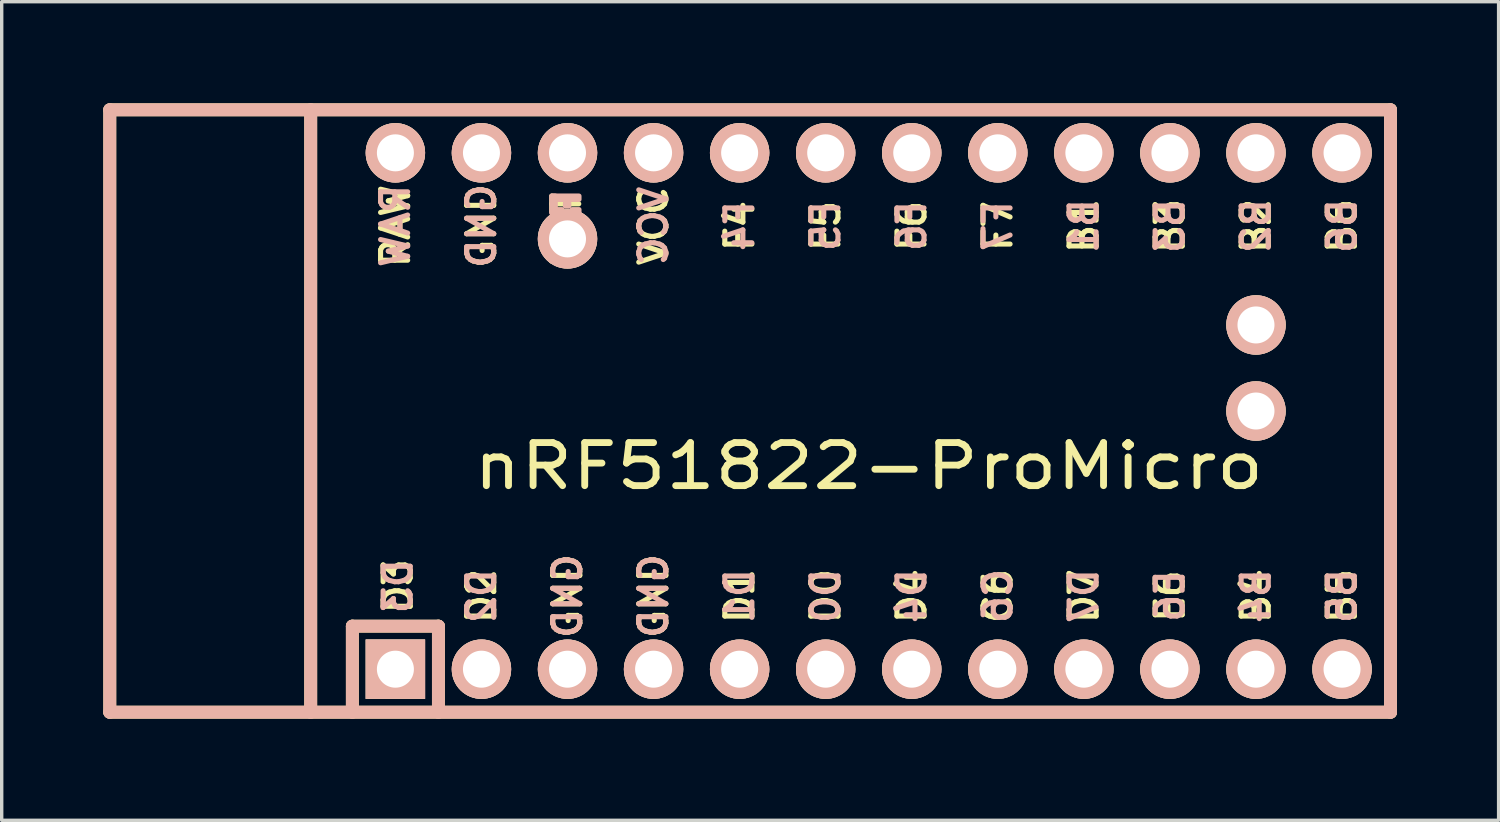
<source format=kicad_pcb>
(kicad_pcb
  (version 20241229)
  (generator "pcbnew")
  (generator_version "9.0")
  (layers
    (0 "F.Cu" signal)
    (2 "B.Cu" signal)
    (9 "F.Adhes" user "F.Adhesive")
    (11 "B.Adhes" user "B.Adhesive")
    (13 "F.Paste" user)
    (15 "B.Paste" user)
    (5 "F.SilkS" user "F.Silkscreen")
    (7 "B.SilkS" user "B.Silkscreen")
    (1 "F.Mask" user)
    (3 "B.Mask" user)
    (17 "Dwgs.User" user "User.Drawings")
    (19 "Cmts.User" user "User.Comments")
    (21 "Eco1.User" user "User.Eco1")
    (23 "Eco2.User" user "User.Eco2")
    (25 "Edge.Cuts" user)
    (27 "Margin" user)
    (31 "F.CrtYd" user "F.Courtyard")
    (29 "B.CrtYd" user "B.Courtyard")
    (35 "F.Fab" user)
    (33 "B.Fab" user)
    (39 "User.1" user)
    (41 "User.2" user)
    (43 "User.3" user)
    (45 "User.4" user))
  (footprint "nRF51822-ProMicro"
    (layer "F.Cu")
    (at 22.59 9.081)
    (property "Reference" "nRF51822-ProMicro" (at 0 1.625 0) (layer "F.SilkS") (effects (font (size 1.27 1.524) (thickness 0.203))))
    (attr through_hole)
    (fp_line (start -22.4 -8.89) (end -22.4 8.89) (stroke (width 0.381) (type solid)) (layer "F.SilkS"))
    (fp_line (start -22.4 8.89) (end 15.4 8.89) (stroke (width 0.381) (type solid)) (layer "F.SilkS"))
    (fp_line (start -16.47 -8.89) (end -16.47 8.89) (stroke (width 0.381) (type solid)) (layer "F.SilkS"))
    (fp_line (start -15.24 6.35) (end -15.24 8.89) (stroke (width 0.381) (type solid)) (layer "F.SilkS"))
    (fp_line (start -15.24 6.35) (end -12.7 6.35) (stroke (width 0.381) (type solid)) (layer "F.SilkS"))
    (fp_line (start -12.7 6.35) (end -12.7 8.89) (stroke (width 0.381) (type solid)) (layer "F.SilkS"))
    (fp_line (start 15.4 -8.89) (end -22.4 -8.89) (stroke (width 0.381) (type solid)) (layer "F.SilkS"))
    (fp_line (start 15.4 8.89) (end 15.4 -8.89) (stroke (width 0.381) (type solid)) (layer "F.SilkS"))
    (fp_poly (pts (xy -9.361 -4.932) (xy -9.261 -4.932) (xy -9.261 -4.432) (xy -9.361 -4.432)) (stroke (width 0.15) (type solid)) (fill yes) (layer "F.SilkS"))
    (fp_poly (pts (xy -9.361 -4.932) (xy -9.061 -4.932) (xy -9.061 -4.832) (xy -9.361 -4.832)) (stroke (width 0.15) (type solid)) (fill yes) (layer "F.SilkS"))
    (fp_poly (pts (xy -9.361 -4.532) (xy -8.561 -4.532) (xy -8.561 -4.432) (xy -9.361 -4.432)) (stroke (width 0.15) (type solid)) (fill yes) (layer "F.SilkS"))
    (fp_poly (pts (xy -8.961 -4.732) (xy -8.861 -4.732) (xy -8.861 -4.632) (xy -8.961 -4.632)) (stroke (width 0.15) (type solid)) (fill yes) (layer "F.SilkS"))
    (fp_poly (pts (xy -8.761 -4.932) (xy -8.561 -4.932) (xy -8.561 -4.832) (xy -8.761 -4.832)) (stroke (width 0.15) (type solid)) (fill yes) (layer "F.SilkS"))
    (fp_line (start -22.4 -8.89) (end -22.4 8.89) (stroke (width 0.381) (type solid)) (layer "B.SilkS"))
    (fp_line (start -22.4 8.89) (end 15.4 8.89) (stroke (width 0.381) (type solid)) (layer "B.SilkS"))
    (fp_line (start -16.47 -8.89) (end -16.47 8.89) (stroke (width 0.381) (type solid)) (layer "B.SilkS"))
    (fp_line (start -15.24 6.35) (end -15.24 8.89) (stroke (width 0.381) (type solid)) (layer "B.SilkS"))
    (fp_line (start -15.24 6.35) (end -12.7 6.35) (stroke (width 0.381) (type solid)) (layer "B.SilkS"))
    (fp_line (start -12.7 6.35) (end -12.7 8.89) (stroke (width 0.381) (type solid)) (layer "B.SilkS"))
    (fp_line (start 15.4 -8.89) (end -22.4 -8.89) (stroke (width 0.381) (type solid)) (layer "B.SilkS"))
    (fp_line (start 15.4 8.89) (end 15.4 -8.89) (stroke (width 0.381) (type solid)) (layer "B.SilkS"))
    (fp_poly (pts (xy -9.351 -6.245) (xy -8.551 -6.245) (xy -8.551 -6.345) (xy -9.351 -6.345)) (stroke (width 0.15) (type solid)) (fill yes) (layer "B.SilkS"))
    (fp_poly (pts (xy -9.351 -5.845) (xy -9.251 -5.845) (xy -9.251 -6.345) (xy -9.351 -6.345)) (stroke (width 0.15) (type solid)) (fill yes) (layer "B.SilkS"))
    (fp_poly (pts (xy -9.351 -5.845) (xy -9.051 -5.845) (xy -9.051 -5.945) (xy -9.351 -5.945)) (stroke (width 0.15) (type solid)) (fill yes) (layer "B.SilkS"))
    (fp_poly (pts (xy -8.951 -6.045) (xy -8.851 -6.045) (xy -8.851 -6.145) (xy -8.951 -6.145)) (stroke (width 0.15) (type solid)) (fill yes) (layer "B.SilkS"))
    (fp_poly (pts (xy -8.751 -5.845) (xy -8.551 -5.845) (xy -8.551 -5.945) (xy -8.751 -5.945)) (stroke (width 0.15) (type solid)) (fill yes) (layer "B.SilkS"))
    (fp_text user "ST" (at -8.92 -5.733 90) (layer "F.SilkS") (effects (font (size 0.8 0.8) (thickness 0.15))))
    (fp_text user "B3" (at 8.89 -5.461 90) (layer "F.SilkS") (effects (font (size 0.8 0.8) (thickness 0.15))))
    (fp_text user "B2" (at 11.43 -5.461 90) (layer "F.SilkS") (effects (font (size 0.8 0.8) (thickness 0.15))))
    (fp_text user "F6" (at 1.27 -5.461 90) (layer "F.SilkS") (effects (font (size 0.8 0.8) (thickness 0.15))))
    (fp_text user "GND" (at -6.35 5.461 90) (layer "F.SilkS") (effects (font (size 0.8 0.8) (thickness 0.15))))
    (fp_text user "RAW" (at -13.97 -5.461 90) (layer "F.SilkS") (effects (font (size 0.8 0.8) (thickness 0.15))))
    (fp_text user "D3" (at -13.895 5.172 90) (layer "F.SilkS") (effects (font (size 0.8 0.8) (thickness 0.15))))
    (fp_text user "D4" (at 1.27 5.461 90) (layer "F.SilkS") (effects (font (size 0.8 0.8) (thickness 0.15))))
    (fp_text user "B1" (at 6.35 -5.461 90) (layer "F.SilkS") (effects (font (size 0.8 0.8) (thickness 0.15))))
    (fp_text user "D1" (at -3.81 5.461 90) (layer "F.SilkS") (effects (font (size 0.8 0.8) (thickness 0.15))))
    (fp_text user "D0" (at -1.27 5.461 90) (layer "F.SilkS") (effects (font (size 0.8 0.8) (thickness 0.15))))
    (fp_text user "F4" (at -3.81 -5.461 90) (layer "F.SilkS") (effects (font (size 0.8 0.8) (thickness 0.15))))
    (fp_text user "B4" (at 11.43 5.461 90) (layer "F.SilkS") (effects (font (size 0.8 0.8) (thickness 0.15))))
    (fp_text user "B5" (at 13.97 5.461 90) (layer "F.SilkS") (effects (font (size 0.8 0.8) (thickness 0.15))))
    (fp_text user "VCC" (at -6.35 -5.461 90) (layer "F.SilkS") (effects (font (size 0.8 0.8) (thickness 0.15))))
    (fp_text user "E6" (at 8.89 5.461 90) (layer "F.SilkS") (effects (font (size 0.8 0.8) (thickness 0.15))))
    (fp_text user "F5" (at -1.27 -5.461 90) (layer "F.SilkS") (effects (font (size 0.8 0.8) (thickness 0.15))))
    (fp_text user "GND" (at -11.43 -5.461 90) (layer "F.SilkS") (effects (font (size 0.8 0.8) (thickness 0.15))))
    (fp_text user "C6" (at 3.81 5.461 90) (layer "F.SilkS") (effects (font (size 0.8 0.8) (thickness 0.15))))
    (fp_text user "D7" (at 6.35 5.461 90) (layer "F.SilkS") (effects (font (size 0.8 0.8) (thickness 0.15))))
    (fp_text user "D2" (at -11.43 5.461 90) (layer "F.SilkS") (effects (font (size 0.8 0.8) (thickness 0.15))))
    (fp_text user "B6" (at 13.97 -5.461 90) (layer "F.SilkS") (effects (font (size 0.8 0.8) (thickness 0.15))))
    (fp_text user "GND" (at -8.89 5.461 90) (layer "F.SilkS") (effects (font (size 0.8 0.8) (thickness 0.15))))
    (fp_text user "F7" (at 3.81 -5.461 90) (layer "F.SilkS") (effects (font (size 0.8 0.8) (thickness 0.15))))
    (fp_text user "B3" (at 8.89 -5.461 90) (layer "B.SilkS") (effects (font (size 0.8 0.8) (thickness 0.15)) (justify mirror)))
    (fp_text user "C6" (at 3.81 5.461 90) (layer "B.SilkS") (effects (font (size 0.8 0.8) (thickness 0.15)) (justify mirror)))
    (fp_text user "D1" (at -3.81 5.461 90) (layer "B.SilkS") (effects (font (size 0.8 0.8) (thickness 0.15)) (justify mirror)))
    (fp_text user "F7" (at 3.81 -5.461 90) (layer "B.SilkS") (effects (font (size 0.8 0.8) (thickness 0.15)) (justify mirror)))
    (fp_text user "F5" (at -1.27 -5.461 90) (layer "B.SilkS") (effects (font (size 0.8 0.8) (thickness 0.15)) (justify mirror)))
    (fp_text user "B2" (at 11.43 -5.461 90) (layer "B.SilkS") (effects (font (size 0.8 0.8) (thickness 0.15)) (justify mirror)))
    (fp_text user "VCC" (at -6.35 -5.461 90) (layer "B.SilkS") (effects (font (size 0.8 0.8) (thickness 0.15)) (justify mirror)))
    (fp_text user "GND" (at -11.43 -5.461 90) (layer "B.SilkS") (effects (font (size 0.8 0.8) (thickness 0.15)) (justify mirror)))
    (fp_text user "GND" (at -6.35 5.461 90) (layer "B.SilkS") (effects (font (size 0.8 0.8) (thickness 0.15)) (justify mirror)))
    (fp_text user "F6" (at 1.27 -5.461 90) (layer "B.SilkS") (effects (font (size 0.8 0.8) (thickness 0.15)) (justify mirror)))
    (fp_text user "ST" (at -8.91 -5.04 90) (layer "B.SilkS") (effects (font (size 0.8 0.8) (thickness 0.15)) (justify mirror)))
    (fp_text user "D7" (at 6.35 5.461 90) (layer "B.SilkS") (effects (font (size 0.8 0.8) (thickness 0.15)) (justify mirror)))
    (fp_text user "B1" (at 6.35 -5.461 90) (layer "B.SilkS") (effects (font (size 0.8 0.8) (thickness 0.15)) (justify mirror)))
    (fp_text user "D4" (at 1.27 5.461 90) (layer "B.SilkS") (effects (font (size 0.8 0.8) (thickness 0.15)) (justify mirror)))
    (fp_text user "B4" (at 11.43 5.461 90) (layer "B.SilkS") (effects (font (size 0.8 0.8) (thickness 0.15)) (justify mirror)))
    (fp_text user "B6" (at 13.97 -5.461 90) (layer "B.SilkS") (effects (font (size 0.8 0.8) (thickness 0.15)) (justify mirror)))
    (fp_text user "F4" (at -3.81 -5.461 90) (layer "B.SilkS") (effects (font (size 0.8 0.8) (thickness 0.15)) (justify mirror)))
    (fp_text user "D3" (at -13.895 5.172 90) (layer "B.SilkS") (effects (font (size 0.8 0.8) (thickness 0.15)) (justify mirror)))
    (fp_text user "B5" (at 13.97 5.461 90) (layer "B.SilkS") (effects (font (size 0.8 0.8) (thickness 0.15)) (justify mirror)))
    (fp_text user "GND" (at -8.89 5.461 90) (layer "B.SilkS") (effects (font (size 0.8 0.8) (thickness 0.15)) (justify mirror)))
    (fp_text user "D0" (at -1.27 5.461 90) (layer "B.SilkS") (effects (font (size 0.8 0.8) (thickness 0.15)) (justify mirror)))
    (fp_text user "RAW" (at -13.97 -5.461 90) (layer "B.SilkS") (effects (font (size 0.8 0.8) (thickness 0.15)) (justify mirror)))
    (fp_text user "E6" (at 8.89 5.461 90) (layer "B.SilkS") (effects (font (size 0.8 0.8) (thickness 0.15)) (justify mirror)))
    (fp_text user "D2" (at -11.43 5.461 90) (layer "B.SilkS") (effects (font (size 0.8 0.8) (thickness 0.15)) (justify mirror)))
    (pad "1" thru_hole rect (at -13.97 7.62) (size 1.753 1.753) (drill 1.092) (layers "*.Cu" "*.SilkS" "*.Mask"))
    (pad "2" thru_hole circle (at -11.43 7.62) (size 1.753 1.753) (drill 1.092) (layers "*.Cu" "*.SilkS" "*.Mask"))
    (pad "3" thru_hole circle (at -8.89 7.62) (size 1.753 1.753) (drill 1.092) (layers "*.Cu" "*.SilkS" "*.Mask"))
    (pad "4" thru_hole circle (at -6.35 7.62) (size 1.753 1.753) (drill 1.092) (layers "*.Cu" "*.SilkS" "*.Mask"))
    (pad "5" thru_hole circle (at -3.81 7.62) (size 1.753 1.753) (drill 1.092) (layers "*.Cu" "*.SilkS" "*.Mask"))
    (pad "6" thru_hole circle (at -1.27 7.62) (size 1.753 1.753) (drill 1.092) (layers "*.Cu" "*.SilkS" "*.Mask"))
    (pad "7" thru_hole circle (at 1.27 7.62) (size 1.753 1.753) (drill 1.092) (layers "*.Cu" "*.SilkS" "*.Mask"))
    (pad "8" thru_hole circle (at 3.81 7.62) (size 1.753 1.753) (drill 1.092) (layers "*.Cu" "*.SilkS" "*.Mask"))
    (pad "9" thru_hole circle (at 6.35 7.62) (size 1.753 1.753) (drill 1.092) (layers "*.Cu" "*.SilkS" "*.Mask"))
    (pad "10" thru_hole circle (at 8.89 7.62) (size 1.753 1.753) (drill 1.092) (layers "*.Cu" "*.SilkS" "*.Mask"))
    (pad "11" thru_hole circle (at 11.43 7.62) (size 1.753 1.753) (drill 1.092) (layers "*.Cu" "*.SilkS" "*.Mask"))
    (pad "12" thru_hole circle (at 13.97 7.62) (size 1.753 1.753) (drill 1.092) (layers "*.Cu" "*.SilkS" "*.Mask"))
    (pad "13" thru_hole circle (at 13.97 -7.62) (size 1.753 1.753) (drill 1.092) (layers "*.Cu" "*.SilkS" "*.Mask"))
    (pad "14" thru_hole circle (at 11.43 -7.62) (size 1.753 1.753) (drill 1.092) (layers "*.Cu" "*.SilkS" "*.Mask"))
    (pad "15" thru_hole circle (at 8.89 -7.62) (size 1.753 1.753) (drill 1.092) (layers "*.Cu" "*.SilkS" "*.Mask"))
    (pad "16" thru_hole circle (at 6.35 -7.62) (size 1.753 1.753) (drill 1.092) (layers "*.Cu" "*.SilkS" "*.Mask"))
    (pad "17" thru_hole circle (at 3.81 -7.62) (size 1.753 1.753) (drill 1.092) (layers "*.Cu" "*.SilkS" "*.Mask"))
    (pad "18" thru_hole circle (at 1.27 -7.62) (size 1.753 1.753) (drill 1.092) (layers "*.Cu" "*.SilkS" "*.Mask"))
    (pad "19" thru_hole circle (at -1.27 -7.62) (size 1.753 1.753) (drill 1.092) (layers "*.Cu" "*.SilkS" "*.Mask"))
    (pad "20" thru_hole circle (at -3.81 -7.62) (size 1.753 1.753) (drill 1.092) (layers "*.Cu" "*.SilkS" "*.Mask"))
    (pad "21" thru_hole circle (at -6.35 -7.62) (size 1.753 1.753) (drill 1.092) (layers "*.Cu" "*.SilkS" "*.Mask"))
    (pad "22" thru_hole circle (at -8.89 -7.62) (size 1.753 1.753) (drill 1.092) (layers "*.Cu" "*.SilkS" "*.Mask"))
    (pad "23" thru_hole circle (at -11.43 -7.62) (size 1.753 1.753) (drill 1.092) (layers "*.Cu" "*.SilkS" "*.Mask"))
    (pad "24" thru_hole circle (at -13.97 -7.62) (size 1.753 1.753) (drill 1.092) (layers "*.Cu" "*.SilkS" "*.Mask"))
    (pad "25" thru_hole circle (at 11.43 0) (size 1.753 1.753) (drill 1.092) (layers "*.Cu" "*.SilkS" "*.Mask"))
    (pad "26" thru_hole circle (at 11.43 -2.54) (size 1.753 1.753) (drill 1.092) (layers "*.Cu" "*.SilkS" "*.Mask"))
    (pad "27" thru_hole circle (at -8.89 -5.08) (size 1.753 1.753) (drill 1.092) (layers "*.Cu" "*.SilkS" "*.Mask")))
  (gr_rect
    (start -3 -3)
    (end 41.181 21.161)
    (stroke (width 0.1) (type default))
    (fill no)
    (layer "Edge.Cuts")))
</source>
